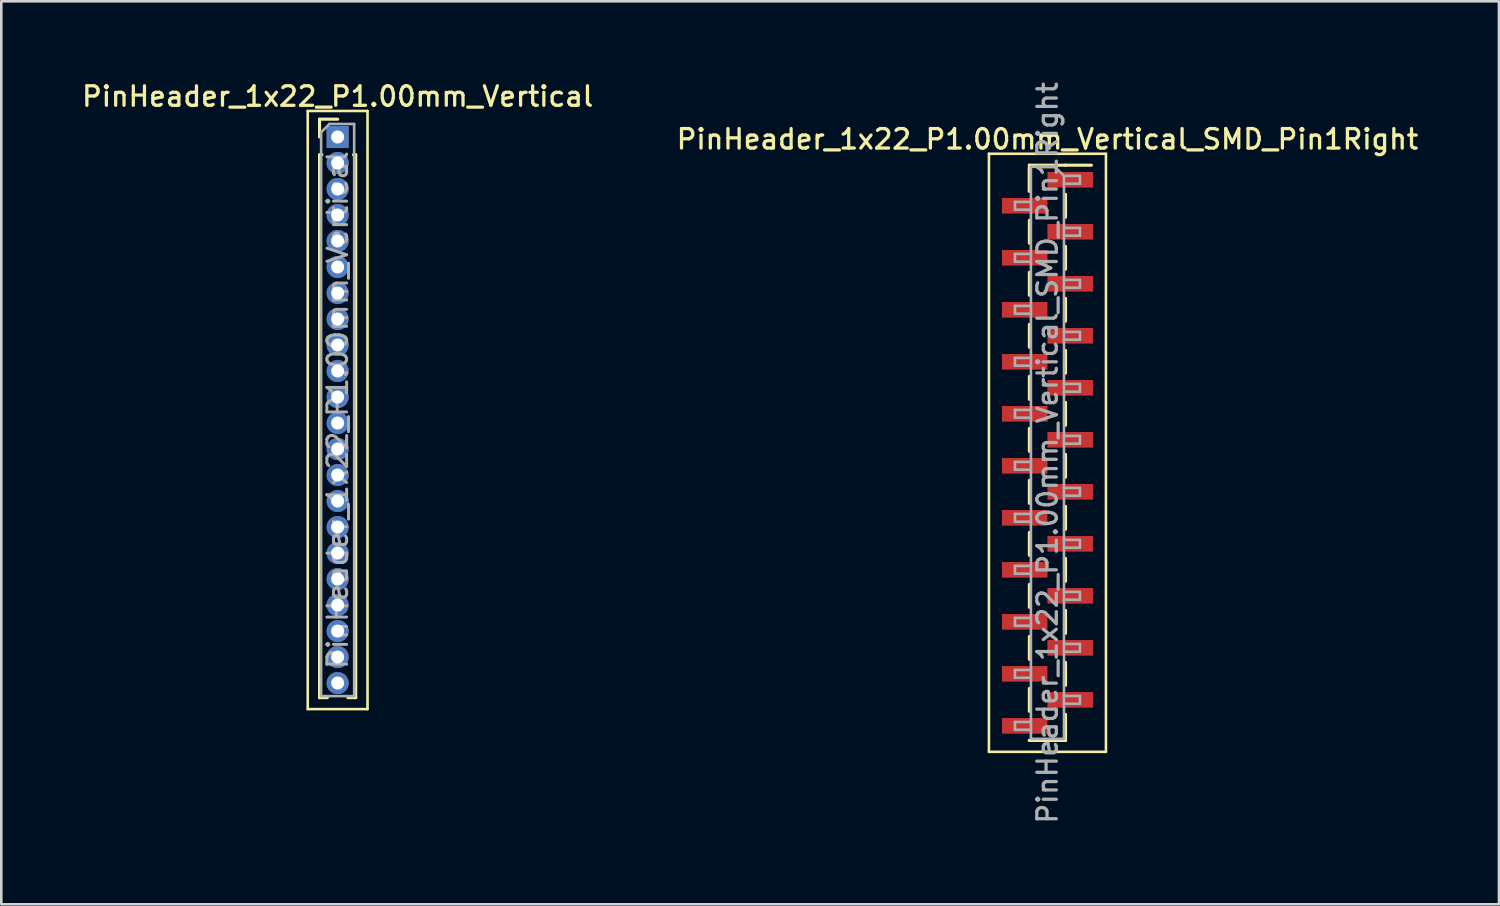
<source format=kicad_pcb>
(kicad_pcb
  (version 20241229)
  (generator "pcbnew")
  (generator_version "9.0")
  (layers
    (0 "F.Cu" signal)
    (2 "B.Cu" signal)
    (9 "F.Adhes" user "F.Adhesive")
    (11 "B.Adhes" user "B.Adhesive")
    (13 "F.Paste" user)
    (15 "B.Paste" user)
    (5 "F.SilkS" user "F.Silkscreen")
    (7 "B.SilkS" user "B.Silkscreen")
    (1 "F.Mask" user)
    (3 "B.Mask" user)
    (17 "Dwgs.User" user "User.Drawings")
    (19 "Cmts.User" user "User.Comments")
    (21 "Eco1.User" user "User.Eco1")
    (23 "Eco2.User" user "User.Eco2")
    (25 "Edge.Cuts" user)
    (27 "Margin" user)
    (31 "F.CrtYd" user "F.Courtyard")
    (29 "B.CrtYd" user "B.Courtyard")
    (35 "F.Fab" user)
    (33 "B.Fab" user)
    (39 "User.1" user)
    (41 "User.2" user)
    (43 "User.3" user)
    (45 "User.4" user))
  (footprint "PinHeader_1x22_P1.00mm_Vertical_SMD_Pin1Right"
    (layer "F.Cu")
    (at 37.23 14.363)
    (property "Reference" "PinHeader_1x22_P1.00mm_Vertical_SMD_Pin1Right" (at 0 -12.06 0) (layer "F.SilkS") (effects (font (size 0.75 0.75) (thickness 0.125))))
    (attr smd)
    (fp_line (start -2.25 -11.5) (end -2.25 11.5) (stroke (width 0.1) (type solid)) (layer "F.SilkS"))
    (fp_line (start -2.25 11.5) (end 2.25 11.5) (stroke (width 0.1) (type solid)) (layer "F.SilkS"))
    (fp_line (start -0.695 -11.06) (end -0.695 -10.06) (stroke (width 0.12) (type solid)) (layer "F.SilkS"))
    (fp_line (start -0.695 -11.06) (end 0.695 -11.06) (stroke (width 0.12) (type solid)) (layer "F.SilkS"))
    (fp_line (start -0.695 -10.94) (end -0.695 -10.06) (stroke (width 0.12) (type solid)) (layer "F.SilkS"))
    (fp_line (start -0.695 -8.94) (end -0.695 -8.06) (stroke (width 0.12) (type solid)) (layer "F.SilkS"))
    (fp_line (start -0.695 -6.94) (end -0.695 -6.06) (stroke (width 0.12) (type solid)) (layer "F.SilkS"))
    (fp_line (start -0.695 -4.94) (end -0.695 -4.06) (stroke (width 0.12) (type solid)) (layer "F.SilkS"))
    (fp_line (start -0.695 -2.94) (end -0.695 -2.06) (stroke (width 0.12) (type solid)) (layer "F.SilkS"))
    (fp_line (start -0.695 -0.94) (end -0.695 -0.06) (stroke (width 0.12) (type solid)) (layer "F.SilkS"))
    (fp_line (start -0.695 1.06) (end -0.695 1.94) (stroke (width 0.12) (type solid)) (layer "F.SilkS"))
    (fp_line (start -0.695 3.06) (end -0.695 3.94) (stroke (width 0.12) (type solid)) (layer "F.SilkS"))
    (fp_line (start -0.695 5.06) (end -0.695 5.94) (stroke (width 0.12) (type solid)) (layer "F.SilkS"))
    (fp_line (start -0.695 7.06) (end -0.695 7.94) (stroke (width 0.12) (type solid)) (layer "F.SilkS"))
    (fp_line (start -0.695 9.06) (end -0.695 9.94) (stroke (width 0.12) (type solid)) (layer "F.SilkS"))
    (fp_line (start -0.695 11.06) (end -0.695 11.06) (stroke (width 0.12) (type solid)) (layer "F.SilkS"))
    (fp_line (start -0.695 11.06) (end 0.695 11.06) (stroke (width 0.12) (type solid)) (layer "F.SilkS"))
    (fp_line (start 0.695 -11.06) (end 0.695 -11.06) (stroke (width 0.12) (type solid)) (layer "F.SilkS"))
    (fp_line (start 0.695 -11.06) (end 1.69 -11.06) (stroke (width 0.12) (type solid)) (layer "F.SilkS"))
    (fp_line (start 0.695 -9.94) (end 0.695 -9.06) (stroke (width 0.12) (type solid)) (layer "F.SilkS"))
    (fp_line (start 0.695 -7.94) (end 0.695 -7.06) (stroke (width 0.12) (type solid)) (layer "F.SilkS"))
    (fp_line (start 0.695 -5.94) (end 0.695 -5.06) (stroke (width 0.12) (type solid)) (layer "F.SilkS"))
    (fp_line (start 0.695 -3.94) (end 0.695 -3.06) (stroke (width 0.12) (type solid)) (layer "F.SilkS"))
    (fp_line (start 0.695 -1.94) (end 0.695 -1.06) (stroke (width 0.12) (type solid)) (layer "F.SilkS"))
    (fp_line (start 0.695 0.06) (end 0.695 0.94) (stroke (width 0.12) (type solid)) (layer "F.SilkS"))
    (fp_line (start 0.695 2.06) (end 0.695 2.94) (stroke (width 0.12) (type solid)) (layer "F.SilkS"))
    (fp_line (start 0.695 4.06) (end 0.695 4.94) (stroke (width 0.12) (type solid)) (layer "F.SilkS"))
    (fp_line (start 0.695 6.06) (end 0.695 6.94) (stroke (width 0.12) (type solid)) (layer "F.SilkS"))
    (fp_line (start 0.695 8.06) (end 0.695 8.94) (stroke (width 0.12) (type solid)) (layer "F.SilkS"))
    (fp_line (start 0.695 10.06) (end 0.695 11.06) (stroke (width 0.12) (type solid)) (layer "F.SilkS"))
    (fp_line (start 2.25 -11.5) (end -2.25 -11.5) (stroke (width 0.1) (type solid)) (layer "F.SilkS"))
    (fp_line (start 2.25 11.5) (end 2.25 -11.5) (stroke (width 0.1) (type solid)) (layer "F.SilkS"))
    (fp_line (start -1.25 -9.65) (end -1.25 -9.35) (stroke (width 0.1) (type solid)) (layer "F.Fab"))
    (fp_line (start -1.25 -9.35) (end -0.635 -9.35) (stroke (width 0.1) (type solid)) (layer "F.Fab"))
    (fp_line (start -1.25 -7.65) (end -1.25 -7.35) (stroke (width 0.1) (type solid)) (layer "F.Fab"))
    (fp_line (start -1.25 -7.35) (end -0.635 -7.35) (stroke (width 0.1) (type solid)) (layer "F.Fab"))
    (fp_line (start -1.25 -5.65) (end -1.25 -5.35) (stroke (width 0.1) (type solid)) (layer "F.Fab"))
    (fp_line (start -1.25 -5.35) (end -0.635 -5.35) (stroke (width 0.1) (type solid)) (layer "F.Fab"))
    (fp_line (start -1.25 -3.65) (end -1.25 -3.35) (stroke (width 0.1) (type solid)) (layer "F.Fab"))
    (fp_line (start -1.25 -3.35) (end -0.635 -3.35) (stroke (width 0.1) (type solid)) (layer "F.Fab"))
    (fp_line (start -1.25 -1.65) (end -1.25 -1.35) (stroke (width 0.1) (type solid)) (layer "F.Fab"))
    (fp_line (start -1.25 -1.35) (end -0.635 -1.35) (stroke (width 0.1) (type solid)) (layer "F.Fab"))
    (fp_line (start -1.25 0.35) (end -1.25 0.65) (stroke (width 0.1) (type solid)) (layer "F.Fab"))
    (fp_line (start -1.25 0.65) (end -0.635 0.65) (stroke (width 0.1) (type solid)) (layer "F.Fab"))
    (fp_line (start -1.25 2.35) (end -1.25 2.65) (stroke (width 0.1) (type solid)) (layer "F.Fab"))
    (fp_line (start -1.25 2.65) (end -0.635 2.65) (stroke (width 0.1) (type solid)) (layer "F.Fab"))
    (fp_line (start -1.25 4.35) (end -1.25 4.65) (stroke (width 0.1) (type solid)) (layer "F.Fab"))
    (fp_line (start -1.25 4.65) (end -0.635 4.65) (stroke (width 0.1) (type solid)) (layer "F.Fab"))
    (fp_line (start -1.25 6.35) (end -1.25 6.65) (stroke (width 0.1) (type solid)) (layer "F.Fab"))
    (fp_line (start -1.25 6.65) (end -0.635 6.65) (stroke (width 0.1) (type solid)) (layer "F.Fab"))
    (fp_line (start -1.25 8.35) (end -1.25 8.65) (stroke (width 0.1) (type solid)) (layer "F.Fab"))
    (fp_line (start -1.25 8.65) (end -0.635 8.65) (stroke (width 0.1) (type solid)) (layer "F.Fab"))
    (fp_line (start -1.25 10.35) (end -1.25 10.65) (stroke (width 0.1) (type solid)) (layer "F.Fab"))
    (fp_line (start -1.25 10.65) (end -0.635 10.65) (stroke (width 0.1) (type solid)) (layer "F.Fab"))
    (fp_line (start -0.635 -11) (end -0.635 11) (stroke (width 0.1) (type solid)) (layer "F.Fab"))
    (fp_line (start -0.635 -11) (end 0.285 -11) (stroke (width 0.1) (type solid)) (layer "F.Fab"))
    (fp_line (start -0.635 -9.65) (end -1.25 -9.65) (stroke (width 0.1) (type solid)) (layer "F.Fab"))
    (fp_line (start -0.635 -7.65) (end -1.25 -7.65) (stroke (width 0.1) (type solid)) (layer "F.Fab"))
    (fp_line (start -0.635 -5.65) (end -1.25 -5.65) (stroke (width 0.1) (type solid)) (layer "F.Fab"))
    (fp_line (start -0.635 -3.65) (end -1.25 -3.65) (stroke (width 0.1) (type solid)) (layer "F.Fab"))
    (fp_line (start -0.635 -1.65) (end -1.25 -1.65) (stroke (width 0.1) (type solid)) (layer "F.Fab"))
    (fp_line (start -0.635 0.35) (end -1.25 0.35) (stroke (width 0.1) (type solid)) (layer "F.Fab"))
    (fp_line (start -0.635 2.35) (end -1.25 2.35) (stroke (width 0.1) (type solid)) (layer "F.Fab"))
    (fp_line (start -0.635 4.35) (end -1.25 4.35) (stroke (width 0.1) (type solid)) (layer "F.Fab"))
    (fp_line (start -0.635 6.35) (end -1.25 6.35) (stroke (width 0.1) (type solid)) (layer "F.Fab"))
    (fp_line (start -0.635 8.35) (end -1.25 8.35) (stroke (width 0.1) (type solid)) (layer "F.Fab"))
    (fp_line (start -0.635 10.35) (end -1.25 10.35) (stroke (width 0.1) (type solid)) (layer "F.Fab"))
    (fp_line (start 0.635 -10.65) (end 0.285 -11) (stroke (width 0.1) (type solid)) (layer "F.Fab"))
    (fp_line (start 0.635 -10.65) (end 1.25 -10.65) (stroke (width 0.1) (type solid)) (layer "F.Fab"))
    (fp_line (start 0.635 -8.65) (end 1.25 -8.65) (stroke (width 0.1) (type solid)) (layer "F.Fab"))
    (fp_line (start 0.635 -6.65) (end 1.25 -6.65) (stroke (width 0.1) (type solid)) (layer "F.Fab"))
    (fp_line (start 0.635 -4.65) (end 1.25 -4.65) (stroke (width 0.1) (type solid)) (layer "F.Fab"))
    (fp_line (start 0.635 -2.65) (end 1.25 -2.65) (stroke (width 0.1) (type solid)) (layer "F.Fab"))
    (fp_line (start 0.635 -0.65) (end 1.25 -0.65) (stroke (width 0.1) (type solid)) (layer "F.Fab"))
    (fp_line (start 0.635 1.35) (end 1.25 1.35) (stroke (width 0.1) (type solid)) (layer "F.Fab"))
    (fp_line (start 0.635 3.35) (end 1.25 3.35) (stroke (width 0.1) (type solid)) (layer "F.Fab"))
    (fp_line (start 0.635 5.35) (end 1.25 5.35) (stroke (width 0.1) (type solid)) (layer "F.Fab"))
    (fp_line (start 0.635 7.35) (end 1.25 7.35) (stroke (width 0.1) (type solid)) (layer "F.Fab"))
    (fp_line (start 0.635 9.35) (end 1.25 9.35) (stroke (width 0.1) (type solid)) (layer "F.Fab"))
    (fp_line (start 0.635 11) (end -0.635 11) (stroke (width 0.1) (type solid)) (layer "F.Fab"))
    (fp_line (start 0.635 11) (end 0.635 -10.65) (stroke (width 0.1) (type solid)) (layer "F.Fab"))
    (fp_line (start 1.25 -10.65) (end 1.25 -10.35) (stroke (width 0.1) (type solid)) (layer "F.Fab"))
    (fp_line (start 1.25 -10.35) (end 0.635 -10.35) (stroke (width 0.1) (type solid)) (layer "F.Fab"))
    (fp_line (start 1.25 -8.65) (end 1.25 -8.35) (stroke (width 0.1) (type solid)) (layer "F.Fab"))
    (fp_line (start 1.25 -8.35) (end 0.635 -8.35) (stroke (width 0.1) (type solid)) (layer "F.Fab"))
    (fp_line (start 1.25 -6.65) (end 1.25 -6.35) (stroke (width 0.1) (type solid)) (layer "F.Fab"))
    (fp_line (start 1.25 -6.35) (end 0.635 -6.35) (stroke (width 0.1) (type solid)) (layer "F.Fab"))
    (fp_line (start 1.25 -4.65) (end 1.25 -4.35) (stroke (width 0.1) (type solid)) (layer "F.Fab"))
    (fp_line (start 1.25 -4.35) (end 0.635 -4.35) (stroke (width 0.1) (type solid)) (layer "F.Fab"))
    (fp_line (start 1.25 -2.65) (end 1.25 -2.35) (stroke (width 0.1) (type solid)) (layer "F.Fab"))
    (fp_line (start 1.25 -2.35) (end 0.635 -2.35) (stroke (width 0.1) (type solid)) (layer "F.Fab"))
    (fp_line (start 1.25 -0.65) (end 1.25 -0.35) (stroke (width 0.1) (type solid)) (layer "F.Fab"))
    (fp_line (start 1.25 -0.35) (end 0.635 -0.35) (stroke (width 0.1) (type solid)) (layer "F.Fab"))
    (fp_line (start 1.25 1.35) (end 1.25 1.65) (stroke (width 0.1) (type solid)) (layer "F.Fab"))
    (fp_line (start 1.25 1.65) (end 0.635 1.65) (stroke (width 0.1) (type solid)) (layer "F.Fab"))
    (fp_line (start 1.25 3.35) (end 1.25 3.65) (stroke (width 0.1) (type solid)) (layer "F.Fab"))
    (fp_line (start 1.25 3.65) (end 0.635 3.65) (stroke (width 0.1) (type solid)) (layer "F.Fab"))
    (fp_line (start 1.25 5.35) (end 1.25 5.65) (stroke (width 0.1) (type solid)) (layer "F.Fab"))
    (fp_line (start 1.25 5.65) (end 0.635 5.65) (stroke (width 0.1) (type solid)) (layer "F.Fab"))
    (fp_line (start 1.25 7.35) (end 1.25 7.65) (stroke (width 0.1) (type solid)) (layer "F.Fab"))
    (fp_line (start 1.25 7.65) (end 0.635 7.65) (stroke (width 0.1) (type solid)) (layer "F.Fab"))
    (fp_line (start 1.25 9.35) (end 1.25 9.65) (stroke (width 0.1) (type solid)) (layer "F.Fab"))
    (fp_line (start 1.25 9.65) (end 0.635 9.65) (stroke (width 0.1) (type solid)) (layer "F.Fab"))
    (fp_text user "${REFERENCE}" (at 0 0 90) (layer "F.Fab") (effects (font (size 0.75 0.75) (thickness 0.125))))
    (pad "1" smd rect (at 0.875 -10.5) (size 1.75 0.6) (layers "F.Cu" "F.Mask" "F.Paste"))
    (pad "2" smd rect (at -0.875 -9.5) (size 1.75 0.6) (layers "F.Cu" "F.Mask" "F.Paste"))
    (pad "3" smd rect (at 0.875 -8.5) (size 1.75 0.6) (layers "F.Cu" "F.Mask" "F.Paste"))
    (pad "4" smd rect (at -0.875 -7.5) (size 1.75 0.6) (layers "F.Cu" "F.Mask" "F.Paste"))
    (pad "5" smd rect (at 0.875 -6.5) (size 1.75 0.6) (layers "F.Cu" "F.Mask" "F.Paste"))
    (pad "6" smd rect (at -0.875 -5.5) (size 1.75 0.6) (layers "F.Cu" "F.Mask" "F.Paste"))
    (pad "7" smd rect (at 0.875 -4.5) (size 1.75 0.6) (layers "F.Cu" "F.Mask" "F.Paste"))
    (pad "8" smd rect (at -0.875 -3.5) (size 1.75 0.6) (layers "F.Cu" "F.Mask" "F.Paste"))
    (pad "9" smd rect (at 0.875 -2.5) (size 1.75 0.6) (layers "F.Cu" "F.Mask" "F.Paste"))
    (pad "10" smd rect (at -0.875 -1.5) (size 1.75 0.6) (layers "F.Cu" "F.Mask" "F.Paste"))
    (pad "11" smd rect (at 0.875 -0.5) (size 1.75 0.6) (layers "F.Cu" "F.Mask" "F.Paste"))
    (pad "12" smd rect (at -0.875 0.5) (size 1.75 0.6) (layers "F.Cu" "F.Mask" "F.Paste"))
    (pad "13" smd rect (at 0.875 1.5) (size 1.75 0.6) (layers "F.Cu" "F.Mask" "F.Paste"))
    (pad "14" smd rect (at -0.875 2.5) (size 1.75 0.6) (layers "F.Cu" "F.Mask" "F.Paste"))
    (pad "15" smd rect (at 0.875 3.5) (size 1.75 0.6) (layers "F.Cu" "F.Mask" "F.Paste"))
    (pad "16" smd rect (at -0.875 4.5) (size 1.75 0.6) (layers "F.Cu" "F.Mask" "F.Paste"))
    (pad "17" smd rect (at 0.875 5.5) (size 1.75 0.6) (layers "F.Cu" "F.Mask" "F.Paste"))
    (pad "18" smd rect (at -0.875 6.5) (size 1.75 0.6) (layers "F.Cu" "F.Mask" "F.Paste"))
    (pad "19" smd rect (at 0.875 7.5) (size 1.75 0.6) (layers "F.Cu" "F.Mask" "F.Paste"))
    (pad "20" smd rect (at -0.875 8.5) (size 1.75 0.6) (layers "F.Cu" "F.Mask" "F.Paste"))
    (pad "21" smd rect (at 0.875 9.5) (size 1.75 0.6) (layers "F.Cu" "F.Mask" "F.Paste"))
    (pad "22" smd rect (at -0.875 10.5) (size 1.75 0.6) (layers "F.Cu" "F.Mask" "F.Paste")))
  (footprint "PinHeader_1x22_P1.00mm_Vertical"
    (layer "F.Cu")
    (at 9.934 2.218)
    (property "Reference" "PinHeader_1x22_P1.00mm_Vertical" (at 0 -1.56 0) (layer "F.SilkS") (effects (font (size 0.75 0.75) (thickness 0.125))))
    (attr through_hole)
    (fp_line (start -1.15 -1) (end -1.15 22) (stroke (width 0.1) (type solid)) (layer "F.SilkS"))
    (fp_line (start -1.15 22) (end 1.15 22) (stroke (width 0.1) (type solid)) (layer "F.SilkS"))
    (fp_line (start -0.695 -0.685) (end 0 -0.685) (stroke (width 0.12) (type solid)) (layer "F.SilkS"))
    (fp_line (start -0.695 0) (end -0.695 -0.685) (stroke (width 0.12) (type solid)) (layer "F.SilkS"))
    (fp_line (start -0.695 0.685) (end -0.695 21.56) (stroke (width 0.12) (type solid)) (layer "F.SilkS"))
    (fp_line (start -0.695 0.685) (end -0.608 0.685) (stroke (width 0.12) (type solid)) (layer "F.SilkS"))
    (fp_line (start -0.695 21.56) (end -0.394 21.56) (stroke (width 0.12) (type solid)) (layer "F.SilkS"))
    (fp_line (start 0.394 21.56) (end 0.695 21.56) (stroke (width 0.12) (type solid)) (layer "F.SilkS"))
    (fp_line (start 0.608 0.685) (end 0.695 0.685) (stroke (width 0.12) (type solid)) (layer "F.SilkS"))
    (fp_line (start 0.695 0.685) (end 0.695 21.56) (stroke (width 0.12) (type solid)) (layer "F.SilkS"))
    (fp_line (start 1.15 -1) (end -1.15 -1) (stroke (width 0.1) (type solid)) (layer "F.SilkS"))
    (fp_line (start 1.15 22) (end 1.15 -1) (stroke (width 0.1) (type solid)) (layer "F.SilkS"))
    (fp_line (start -0.635 -0.182) (end -0.318 -0.5) (stroke (width 0.1) (type solid)) (layer "F.Fab"))
    (fp_line (start -0.635 21.5) (end -0.635 -0.182) (stroke (width 0.1) (type solid)) (layer "F.Fab"))
    (fp_line (start -0.318 -0.5) (end 0.635 -0.5) (stroke (width 0.1) (type solid)) (layer "F.Fab"))
    (fp_line (start 0.635 -0.5) (end 0.635 21.5) (stroke (width 0.1) (type solid)) (layer "F.Fab"))
    (fp_line (start 0.635 21.5) (end -0.635 21.5) (stroke (width 0.1) (type solid)) (layer "F.Fab"))
    (fp_text user "${REFERENCE}" (at 0 10.5 90) (layer "F.Fab") (effects (font (size 0.76 0.76) (thickness 0.114))))
    (pad "1" thru_hole rect (at 0 0) (size 0.85 0.85) (drill 0.5) (layers "*.Cu" "*.Mask"))
    (pad "2" thru_hole oval (at 0 1) (size 0.85 0.85) (drill 0.5) (layers "*.Cu" "*.Mask"))
    (pad "3" thru_hole oval (at 0 2) (size 0.85 0.85) (drill 0.5) (layers "*.Cu" "*.Mask"))
    (pad "4" thru_hole oval (at 0 3) (size 0.85 0.85) (drill 0.5) (layers "*.Cu" "*.Mask"))
    (pad "5" thru_hole oval (at 0 4) (size 0.85 0.85) (drill 0.5) (layers "*.Cu" "*.Mask"))
    (pad "6" thru_hole oval (at 0 5) (size 0.85 0.85) (drill 0.5) (layers "*.Cu" "*.Mask"))
    (pad "7" thru_hole oval (at 0 6) (size 0.85 0.85) (drill 0.5) (layers "*.Cu" "*.Mask"))
    (pad "8" thru_hole oval (at 0 7) (size 0.85 0.85) (drill 0.5) (layers "*.Cu" "*.Mask"))
    (pad "9" thru_hole oval (at 0 8) (size 0.85 0.85) (drill 0.5) (layers "*.Cu" "*.Mask"))
    (pad "10" thru_hole oval (at 0 9) (size 0.85 0.85) (drill 0.5) (layers "*.Cu" "*.Mask"))
    (pad "11" thru_hole oval (at 0 10) (size 0.85 0.85) (drill 0.5) (layers "*.Cu" "*.Mask"))
    (pad "12" thru_hole oval (at 0 11) (size 0.85 0.85) (drill 0.5) (layers "*.Cu" "*.Mask"))
    (pad "13" thru_hole oval (at 0 12) (size 0.85 0.85) (drill 0.5) (layers "*.Cu" "*.Mask"))
    (pad "14" thru_hole oval (at 0 13) (size 0.85 0.85) (drill 0.5) (layers "*.Cu" "*.Mask"))
    (pad "15" thru_hole oval (at 0 14) (size 0.85 0.85) (drill 0.5) (layers "*.Cu" "*.Mask"))
    (pad "16" thru_hole oval (at 0 15) (size 0.85 0.85) (drill 0.5) (layers "*.Cu" "*.Mask"))
    (pad "17" thru_hole oval (at 0 16) (size 0.85 0.85) (drill 0.5) (layers "*.Cu" "*.Mask"))
    (pad "18" thru_hole oval (at 0 17) (size 0.85 0.85) (drill 0.5) (layers "*.Cu" "*.Mask"))
    (pad "19" thru_hole oval (at 0 18) (size 0.85 0.85) (drill 0.5) (layers "*.Cu" "*.Mask"))
    (pad "20" thru_hole oval (at 0 19) (size 0.85 0.85) (drill 0.5) (layers "*.Cu" "*.Mask"))
    (pad "21" thru_hole oval (at 0 20) (size 0.85 0.85) (drill 0.5) (layers "*.Cu" "*.Mask"))
    (pad "22" thru_hole oval (at 0 21) (size 0.85 0.85) (drill 0.5) (layers "*.Cu" "*.Mask")))
  (gr_rect
    (start -3 -3)
    (end 54.593 31.725)
    (stroke (width 0.1) (type default))
    (fill no)
    (layer "Edge.Cuts")))
</source>
